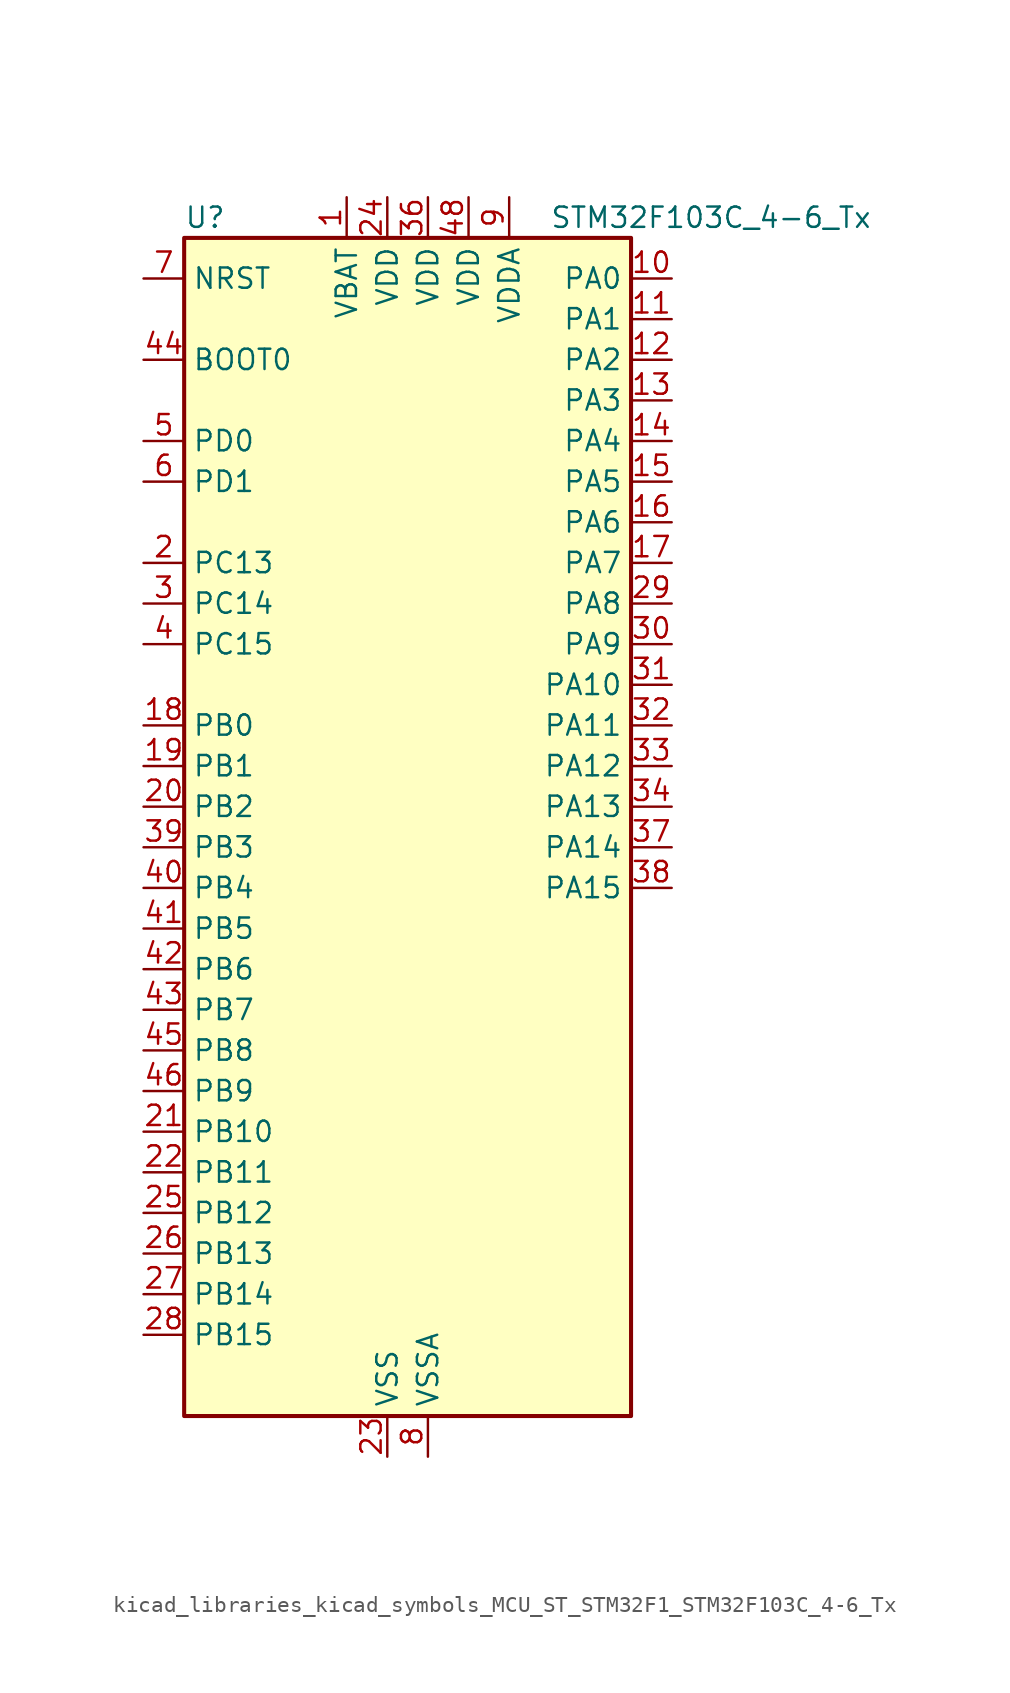
<source format=kicad_sym>
(kicad_symbol_lib
  (version 20220914)
  (generator kicad_symbol_editor)
  (symbol "kicad_libraries_kicad_symbols_MCU_ST_STM32F1_STM32F103C_4-6_Tx"
    (property "Reference" "U"
      (at -12.7 39.37 0)
      (effects (font (size 1.27 1.27)) (justify left)))
    (property "Value" "STM32F103C_4-6_Tx"
      (at 10.16 39.37 0)
      (effects (font (size 1.27 1.27)) (justify left)))
    (property "ki_locked" ""
      (at 0 0 0)
      (effects (font (size 1.27 1.27))))
    (symbol "kicad_libraries_kicad_symbols_MCU_ST_STM32F1_STM32F103C_4-6_Tx_0_1"
      (rectangle (start -12.7 -35.56) (end 15.24 38.1) (stroke (width 0.254) (type default)) (fill (type background))))
    (symbol "kicad_libraries_kicad_symbols_MCU_ST_STM32F1_STM32F103C_4-6_Tx_1_1"
      (pin power_in line (at -2.54 40.64 270) (length 2.54) (name "VBAT" (effects (font (size 1.27 1.27)))) (number "1" (effects (font (size 1.27 1.27)))))
      (pin bidirectional line (at 17.78 35.56 180) (length 2.54) (name "PA0" (effects (font (size 1.27 1.27)))) (number "10" (effects (font (size 1.27 1.27)))) (alternate "ADC1_IN0" bidirectional line) (alternate "ADC2_IN0" bidirectional line) (alternate "SYS_WKUP" bidirectional line) (alternate "TIM2_CH1" bidirectional line) (alternate "TIM2_ETR" bidirectional line) (alternate "USART2_CTS" bidirectional line))
      (pin bidirectional line (at 17.78 33.02 180) (length 2.54) (name "PA1" (effects (font (size 1.27 1.27)))) (number "11" (effects (font (size 1.27 1.27)))) (alternate "ADC1_IN1" bidirectional line) (alternate "ADC2_IN1" bidirectional line) (alternate "TIM2_CH2" bidirectional line) (alternate "USART2_RTS" bidirectional line))
      (pin bidirectional line (at 17.78 30.48 180) (length 2.54) (name "PA2" (effects (font (size 1.27 1.27)))) (number "12" (effects (font (size 1.27 1.27)))) (alternate "ADC1_IN2" bidirectional line) (alternate "ADC2_IN2" bidirectional line) (alternate "TIM2_CH3" bidirectional line) (alternate "USART2_TX" bidirectional line))
      (pin bidirectional line (at 17.78 27.94 180) (length 2.54) (name "PA3" (effects (font (size 1.27 1.27)))) (number "13" (effects (font (size 1.27 1.27)))) (alternate "ADC1_IN3" bidirectional line) (alternate "ADC2_IN3" bidirectional line) (alternate "TIM2_CH4" bidirectional line) (alternate "USART2_RX" bidirectional line))
      (pin bidirectional line (at 17.78 25.4 180) (length 2.54) (name "PA4" (effects (font (size 1.27 1.27)))) (number "14" (effects (font (size 1.27 1.27)))) (alternate "ADC1_IN4" bidirectional line) (alternate "ADC2_IN4" bidirectional line) (alternate "SPI1_NSS" bidirectional line) (alternate "USART2_CK" bidirectional line))
      (pin bidirectional line (at 17.78 22.86 180) (length 2.54) (name "PA5" (effects (font (size 1.27 1.27)))) (number "15" (effects (font (size 1.27 1.27)))) (alternate "ADC1_IN5" bidirectional line) (alternate "ADC2_IN5" bidirectional line) (alternate "SPI1_SCK" bidirectional line))
      (pin bidirectional line (at 17.78 20.32 180) (length 2.54) (name "PA6" (effects (font (size 1.27 1.27)))) (number "16" (effects (font (size 1.27 1.27)))) (alternate "ADC1_IN6" bidirectional line) (alternate "ADC2_IN6" bidirectional line) (alternate "SPI1_MISO" bidirectional line) (alternate "TIM1_BKIN" bidirectional line) (alternate "TIM3_CH1" bidirectional line))
      (pin bidirectional line (at 17.78 17.78 180) (length 2.54) (name "PA7" (effects (font (size 1.27 1.27)))) (number "17" (effects (font (size 1.27 1.27)))) (alternate "ADC1_IN7" bidirectional line) (alternate "ADC2_IN7" bidirectional line) (alternate "SPI1_MOSI" bidirectional line) (alternate "TIM1_CH1N" bidirectional line) (alternate "TIM3_CH2" bidirectional line))
      (pin bidirectional line (at -15.24 7.62 0) (length 2.54) (name "PB0" (effects (font (size 1.27 1.27)))) (number "18" (effects (font (size 1.27 1.27)))) (alternate "ADC1_IN8" bidirectional line) (alternate "ADC2_IN8" bidirectional line) (alternate "TIM1_CH2N" bidirectional line) (alternate "TIM3_CH3" bidirectional line))
      (pin bidirectional line (at -15.24 5.08 0) (length 2.54) (name "PB1" (effects (font (size 1.27 1.27)))) (number "19" (effects (font (size 1.27 1.27)))) (alternate "ADC1_IN9" bidirectional line) (alternate "ADC2_IN9" bidirectional line) (alternate "TIM1_CH3N" bidirectional line) (alternate "TIM3_CH4" bidirectional line))
      (pin bidirectional line (at -15.24 17.78 0) (length 2.54) (name "PC13" (effects (font (size 1.27 1.27)))) (number "2" (effects (font (size 1.27 1.27)))) (alternate "RTC_OUT" bidirectional line) (alternate "RTC_TAMPER" bidirectional line))
      (pin bidirectional line (at -15.24 2.54 0) (length 2.54) (name "PB2" (effects (font (size 1.27 1.27)))) (number "20" (effects (font (size 1.27 1.27)))))
      (pin bidirectional line (at -15.24 -17.78 0) (length 2.54) (name "PB10" (effects (font (size 1.27 1.27)))) (number "21" (effects (font (size 1.27 1.27)))) (alternate "TIM2_CH3" bidirectional line))
      (pin bidirectional line (at -15.24 -20.32 0) (length 2.54) (name "PB11" (effects (font (size 1.27 1.27)))) (number "22" (effects (font (size 1.27 1.27)))) (alternate "ADC1_EXTI11" bidirectional line) (alternate "ADC2_EXTI11" bidirectional line) (alternate "TIM2_CH4" bidirectional line))
      (pin power_in line (at 0 -38.1 90) (length 2.54) (name "VSS" (effects (font (size 1.27 1.27)))) (number "23" (effects (font (size 1.27 1.27)))))
      (pin power_in line (at 0 40.64 270) (length 2.54) (name "VDD" (effects (font (size 1.27 1.27)))) (number "24" (effects (font (size 1.27 1.27)))))
      (pin bidirectional line (at -15.24 -22.86 0) (length 2.54) (name "PB12" (effects (font (size 1.27 1.27)))) (number "25" (effects (font (size 1.27 1.27)))) (alternate "TIM1_BKIN" bidirectional line))
      (pin bidirectional line (at -15.24 -25.4 0) (length 2.54) (name "PB13" (effects (font (size 1.27 1.27)))) (number "26" (effects (font (size 1.27 1.27)))) (alternate "TIM1_CH1N" bidirectional line))
      (pin bidirectional line (at -15.24 -27.94 0) (length 2.54) (name "PB14" (effects (font (size 1.27 1.27)))) (number "27" (effects (font (size 1.27 1.27)))) (alternate "TIM1_CH2N" bidirectional line))
      (pin bidirectional line (at -15.24 -30.48 0) (length 2.54) (name "PB15" (effects (font (size 1.27 1.27)))) (number "28" (effects (font (size 1.27 1.27)))) (alternate "ADC1_EXTI15" bidirectional line) (alternate "ADC2_EXTI15" bidirectional line) (alternate "TIM1_CH3N" bidirectional line))
      (pin bidirectional line (at 17.78 15.24 180) (length 2.54) (name "PA8" (effects (font (size 1.27 1.27)))) (number "29" (effects (font (size 1.27 1.27)))) (alternate "RCC_MCO" bidirectional line) (alternate "TIM1_CH1" bidirectional line) (alternate "USART1_CK" bidirectional line))
      (pin bidirectional line (at -15.24 15.24 0) (length 2.54) (name "PC14" (effects (font (size 1.27 1.27)))) (number "3" (effects (font (size 1.27 1.27)))) (alternate "RCC_OSC32_IN" bidirectional line))
      (pin bidirectional line (at 17.78 12.7 180) (length 2.54) (name "PA9" (effects (font (size 1.27 1.27)))) (number "30" (effects (font (size 1.27 1.27)))) (alternate "TIM1_CH2" bidirectional line) (alternate "USART1_TX" bidirectional line))
      (pin bidirectional line (at 17.78 10.16 180) (length 2.54) (name "PA10" (effects (font (size 1.27 1.27)))) (number "31" (effects (font (size 1.27 1.27)))) (alternate "TIM1_CH3" bidirectional line) (alternate "USART1_RX" bidirectional line))
      (pin bidirectional line (at 17.78 7.62 180) (length 2.54) (name "PA11" (effects (font (size 1.27 1.27)))) (number "32" (effects (font (size 1.27 1.27)))) (alternate "ADC1_EXTI11" bidirectional line) (alternate "ADC2_EXTI11" bidirectional line) (alternate "CAN_RX" bidirectional line) (alternate "TIM1_CH4" bidirectional line) (alternate "USART1_CTS" bidirectional line) (alternate "USB_DM" bidirectional line))
      (pin bidirectional line (at 17.78 5.08 180) (length 2.54) (name "PA12" (effects (font (size 1.27 1.27)))) (number "33" (effects (font (size 1.27 1.27)))) (alternate "CAN_TX" bidirectional line) (alternate "TIM1_ETR" bidirectional line) (alternate "USART1_RTS" bidirectional line) (alternate "USB_DP" bidirectional line))
      (pin bidirectional line (at 17.78 2.54 180) (length 2.54) (name "PA13" (effects (font (size 1.27 1.27)))) (number "34" (effects (font (size 1.27 1.27)))) (alternate "SYS_JTMS-SWDIO" bidirectional line))
      (pin passive line (at 0 -38.1 90) (length 2.54) hide (name "VSS" (effects (font (size 1.27 1.27)))) (number "35" (effects (font (size 1.27 1.27)))))
      (pin power_in line (at 2.54 40.64 270) (length 2.54) (name "VDD" (effects (font (size 1.27 1.27)))) (number "36" (effects (font (size 1.27 1.27)))))
      (pin bidirectional line (at 17.78 0 180) (length 2.54) (name "PA14" (effects (font (size 1.27 1.27)))) (number "37" (effects (font (size 1.27 1.27)))) (alternate "SYS_JTCK-SWCLK" bidirectional line))
      (pin bidirectional line (at 17.78 -2.54 180) (length 2.54) (name "PA15" (effects (font (size 1.27 1.27)))) (number "38" (effects (font (size 1.27 1.27)))) (alternate "ADC1_EXTI15" bidirectional line) (alternate "ADC2_EXTI15" bidirectional line) (alternate "SPI1_NSS" bidirectional line) (alternate "SYS_JTDI" bidirectional line) (alternate "TIM2_CH1" bidirectional line) (alternate "TIM2_ETR" bidirectional line))
      (pin bidirectional line (at -15.24 0 0) (length 2.54) (name "PB3" (effects (font (size 1.27 1.27)))) (number "39" (effects (font (size 1.27 1.27)))) (alternate "SPI1_SCK" bidirectional line) (alternate "SYS_JTDO-TRACESWO" bidirectional line) (alternate "TIM2_CH2" bidirectional line))
      (pin bidirectional line (at -15.24 12.7 0) (length 2.54) (name "PC15" (effects (font (size 1.27 1.27)))) (number "4" (effects (font (size 1.27 1.27)))) (alternate "ADC1_EXTI15" bidirectional line) (alternate "ADC2_EXTI15" bidirectional line) (alternate "RCC_OSC32_OUT" bidirectional line))
      (pin bidirectional line (at -15.24 -2.54 0) (length 2.54) (name "PB4" (effects (font (size 1.27 1.27)))) (number "40" (effects (font (size 1.27 1.27)))) (alternate "SPI1_MISO" bidirectional line) (alternate "SYS_NJTRST" bidirectional line) (alternate "TIM3_CH1" bidirectional line))
      (pin bidirectional line (at -15.24 -5.08 0) (length 2.54) (name "PB5" (effects (font (size 1.27 1.27)))) (number "41" (effects (font (size 1.27 1.27)))) (alternate "I2C1_SMBA" bidirectional line) (alternate "SPI1_MOSI" bidirectional line) (alternate "TIM3_CH2" bidirectional line))
      (pin bidirectional line (at -15.24 -7.62 0) (length 2.54) (name "PB6" (effects (font (size 1.27 1.27)))) (number "42" (effects (font (size 1.27 1.27)))) (alternate "I2C1_SCL" bidirectional line) (alternate "USART1_TX" bidirectional line))
      (pin bidirectional line (at -15.24 -10.16 0) (length 2.54) (name "PB7" (effects (font (size 1.27 1.27)))) (number "43" (effects (font (size 1.27 1.27)))) (alternate "I2C1_SDA" bidirectional line) (alternate "USART1_RX" bidirectional line))
      (pin input line (at -15.24 30.48 0) (length 2.54) (name "BOOT0" (effects (font (size 1.27 1.27)))) (number "44" (effects (font (size 1.27 1.27)))))
      (pin bidirectional line (at -15.24 -12.7 0) (length 2.54) (name "PB8" (effects (font (size 1.27 1.27)))) (number "45" (effects (font (size 1.27 1.27)))) (alternate "CAN_RX" bidirectional line) (alternate "I2C1_SCL" bidirectional line))
      (pin bidirectional line (at -15.24 -15.24 0) (length 2.54) (name "PB9" (effects (font (size 1.27 1.27)))) (number "46" (effects (font (size 1.27 1.27)))) (alternate "CAN_TX" bidirectional line) (alternate "I2C1_SDA" bidirectional line))
      (pin passive line (at 0 -38.1 90) (length 2.54) hide (name "VSS" (effects (font (size 1.27 1.27)))) (number "47" (effects (font (size 1.27 1.27)))))
      (pin power_in line (at 5.08 40.64 270) (length 2.54) (name "VDD" (effects (font (size 1.27 1.27)))) (number "48" (effects (font (size 1.27 1.27)))))
      (pin bidirectional line (at -15.24 25.4 0) (length 2.54) (name "PD0" (effects (font (size 1.27 1.27)))) (number "5" (effects (font (size 1.27 1.27)))) (alternate "RCC_OSC_IN" bidirectional line))
      (pin bidirectional line (at -15.24 22.86 0) (length 2.54) (name "PD1" (effects (font (size 1.27 1.27)))) (number "6" (effects (font (size 1.27 1.27)))) (alternate "RCC_OSC_OUT" bidirectional line))
      (pin input line (at -15.24 35.56 0) (length 2.54) (name "NRST" (effects (font (size 1.27 1.27)))) (number "7" (effects (font (size 1.27 1.27)))))
      (pin power_in line (at 2.54 -38.1 90) (length 2.54) (name "VSSA" (effects (font (size 1.27 1.27)))) (number "8" (effects (font (size 1.27 1.27)))))
      (pin power_in line (at 7.62 40.64 270) (length 2.54) (name "VDDA" (effects (font (size 1.27 1.27)))) (number "9" (effects (font (size 1.27 1.27))))))))
</source>
